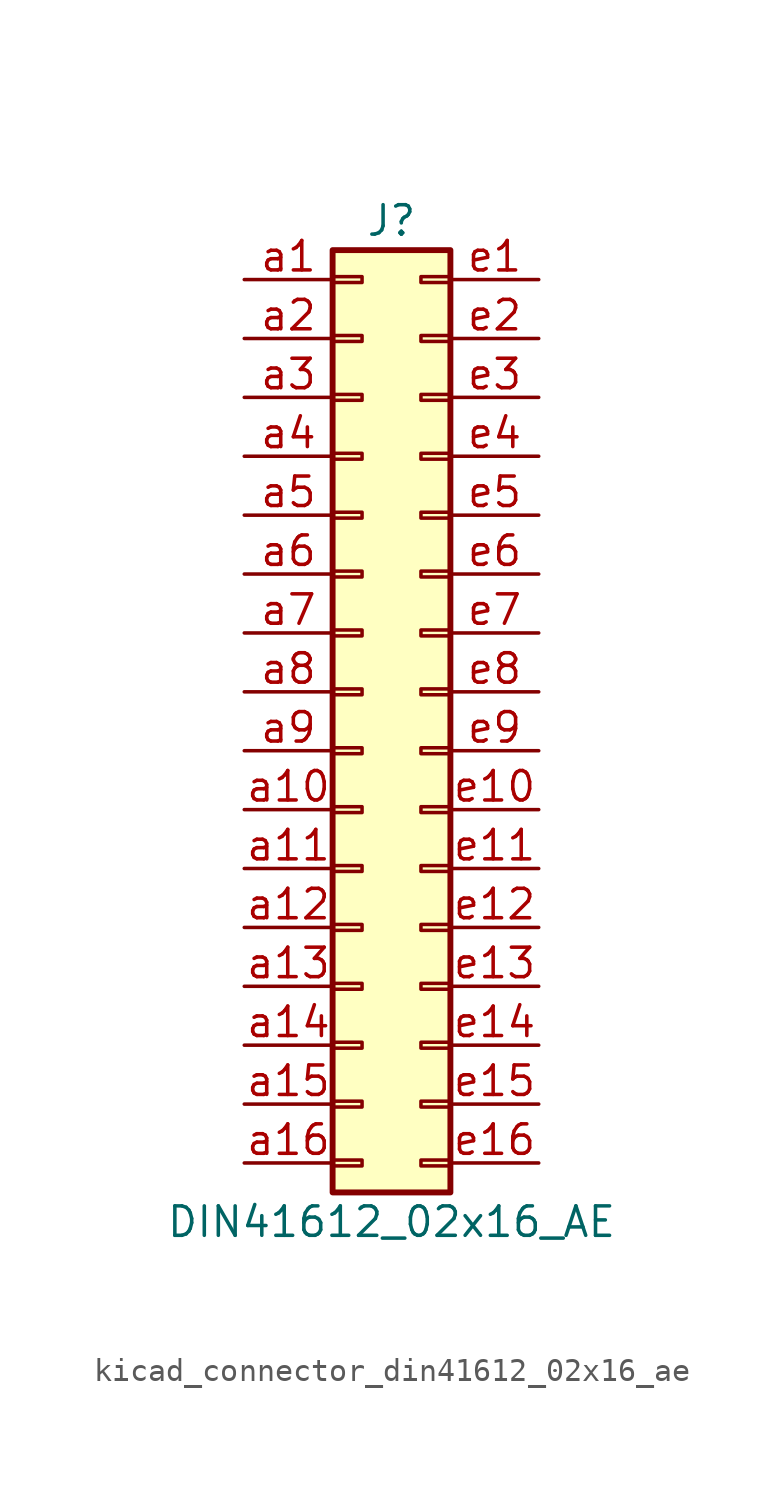
<source format=kicad_sym>
(kicad_symbol_lib
  (version 20220914)
  (generator kicad_symbol_editor)
  (symbol "kicad_connector_din41612_02x16_ae"
    (pin_names
      (offset 1.016) hide)
    (property "Reference" "J"
      (at 1.27 20.32 0)
      (effects (font (size 1.27 1.27))))
    (property "Value" "DIN41612_02x16_AE"
      (at 1.27 -22.86 0)
      (effects (font (size 1.27 1.27))))
    (symbol "kicad_connector_din41612_02x16_ae_1_1"
      (rectangle (start -1.27 -20.193) (end 0 -20.447) (stroke (width 0.152) (type default)) (fill (type none)))
      (rectangle (start -1.27 -17.653) (end 0 -17.907) (stroke (width 0.152) (type default)) (fill (type none)))
      (rectangle (start -1.27 -15.113) (end 0 -15.367) (stroke (width 0.152) (type default)) (fill (type none)))
      (rectangle (start -1.27 -12.573) (end 0 -12.827) (stroke (width 0.152) (type default)) (fill (type none)))
      (rectangle (start -1.27 -10.033) (end 0 -10.287) (stroke (width 0.152) (type default)) (fill (type none)))
      (rectangle (start -1.27 -7.493) (end 0 -7.747) (stroke (width 0.152) (type default)) (fill (type none)))
      (rectangle (start -1.27 -4.953) (end 0 -5.207) (stroke (width 0.152) (type default)) (fill (type none)))
      (rectangle (start -1.27 -2.413) (end 0 -2.667) (stroke (width 0.152) (type default)) (fill (type none)))
      (rectangle (start -1.27 0.127) (end 0 -0.127) (stroke (width 0.152) (type default)) (fill (type none)))
      (rectangle (start -1.27 2.667) (end 0 2.413) (stroke (width 0.152) (type default)) (fill (type none)))
      (rectangle (start -1.27 5.207) (end 0 4.953) (stroke (width 0.152) (type default)) (fill (type none)))
      (rectangle (start -1.27 7.747) (end 0 7.493) (stroke (width 0.152) (type default)) (fill (type none)))
      (rectangle (start -1.27 10.287) (end 0 10.033) (stroke (width 0.152) (type default)) (fill (type none)))
      (rectangle (start -1.27 12.827) (end 0 12.573) (stroke (width 0.152) (type default)) (fill (type none)))
      (rectangle (start -1.27 15.367) (end 0 15.113) (stroke (width 0.152) (type default)) (fill (type none)))
      (rectangle (start -1.27 17.907) (end 0 17.653) (stroke (width 0.152) (type default)) (fill (type none)))
      (rectangle (start -1.27 19.05) (end 3.81 -21.59) (stroke (width 0.254) (type default)) (fill (type background)))
      (rectangle (start 3.81 -20.193) (end 2.54 -20.447) (stroke (width 0.152) (type default)) (fill (type none)))
      (rectangle (start 3.81 -17.653) (end 2.54 -17.907) (stroke (width 0.152) (type default)) (fill (type none)))
      (rectangle (start 3.81 -15.113) (end 2.54 -15.367) (stroke (width 0.152) (type default)) (fill (type none)))
      (rectangle (start 3.81 -12.573) (end 2.54 -12.827) (stroke (width 0.152) (type default)) (fill (type none)))
      (rectangle (start 3.81 -10.033) (end 2.54 -10.287) (stroke (width 0.152) (type default)) (fill (type none)))
      (rectangle (start 3.81 -7.493) (end 2.54 -7.747) (stroke (width 0.152) (type default)) (fill (type none)))
      (rectangle (start 3.81 -4.953) (end 2.54 -5.207) (stroke (width 0.152) (type default)) (fill (type none)))
      (rectangle (start 3.81 -2.413) (end 2.54 -2.667) (stroke (width 0.152) (type default)) (fill (type none)))
      (rectangle (start 3.81 0.127) (end 2.54 -0.127) (stroke (width 0.152) (type default)) (fill (type none)))
      (rectangle (start 3.81 2.667) (end 2.54 2.413) (stroke (width 0.152) (type default)) (fill (type none)))
      (rectangle (start 3.81 5.207) (end 2.54 4.953) (stroke (width 0.152) (type default)) (fill (type none)))
      (rectangle (start 3.81 7.747) (end 2.54 7.493) (stroke (width 0.152) (type default)) (fill (type none)))
      (rectangle (start 3.81 10.287) (end 2.54 10.033) (stroke (width 0.152) (type default)) (fill (type none)))
      (rectangle (start 3.81 12.827) (end 2.54 12.573) (stroke (width 0.152) (type default)) (fill (type none)))
      (rectangle (start 3.81 15.367) (end 2.54 15.113) (stroke (width 0.152) (type default)) (fill (type none)))
      (rectangle (start 3.81 17.907) (end 2.54 17.653) (stroke (width 0.152) (type default)) (fill (type none)))
      (pin passive line (at -5.08 17.78 0) (length 3.81) (name "Pin_a1" (effects (font (size 1.27 1.27)))) (number "a1" (effects (font (size 1.27 1.27)))))
      (pin passive line (at -5.08 -5.08 0) (length 3.81) (name "Pin_a10" (effects (font (size 1.27 1.27)))) (number "a10" (effects (font (size 1.27 1.27)))))
      (pin passive line (at -5.08 -7.62 0) (length 3.81) (name "Pin_a11" (effects (font (size 1.27 1.27)))) (number "a11" (effects (font (size 1.27 1.27)))))
      (pin passive line (at -5.08 -10.16 0) (length 3.81) (name "Pin_a12" (effects (font (size 1.27 1.27)))) (number "a12" (effects (font (size 1.27 1.27)))))
      (pin passive line (at -5.08 -12.7 0) (length 3.81) (name "Pin_a13" (effects (font (size 1.27 1.27)))) (number "a13" (effects (font (size 1.27 1.27)))))
      (pin passive line (at -5.08 -15.24 0) (length 3.81) (name "Pin_a14" (effects (font (size 1.27 1.27)))) (number "a14" (effects (font (size 1.27 1.27)))))
      (pin passive line (at -5.08 -17.78 0) (length 3.81) (name "Pin_a15" (effects (font (size 1.27 1.27)))) (number "a15" (effects (font (size 1.27 1.27)))))
      (pin passive line (at -5.08 -20.32 0) (length 3.81) (name "Pin_a16" (effects (font (size 1.27 1.27)))) (number "a16" (effects (font (size 1.27 1.27)))))
      (pin passive line (at -5.08 15.24 0) (length 3.81) (name "Pin_a2" (effects (font (size 1.27 1.27)))) (number "a2" (effects (font (size 1.27 1.27)))))
      (pin passive line (at -5.08 12.7 0) (length 3.81) (name "Pin_a3" (effects (font (size 1.27 1.27)))) (number "a3" (effects (font (size 1.27 1.27)))))
      (pin passive line (at -5.08 10.16 0) (length 3.81) (name "Pin_a4" (effects (font (size 1.27 1.27)))) (number "a4" (effects (font (size 1.27 1.27)))))
      (pin passive line (at -5.08 7.62 0) (length 3.81) (name "Pin_a5" (effects (font (size 1.27 1.27)))) (number "a5" (effects (font (size 1.27 1.27)))))
      (pin passive line (at -5.08 5.08 0) (length 3.81) (name "Pin_a6" (effects (font (size 1.27 1.27)))) (number "a6" (effects (font (size 1.27 1.27)))))
      (pin passive line (at -5.08 2.54 0) (length 3.81) (name "Pin_a7" (effects (font (size 1.27 1.27)))) (number "a7" (effects (font (size 1.27 1.27)))))
      (pin passive line (at -5.08 0 0) (length 3.81) (name "Pin_a8" (effects (font (size 1.27 1.27)))) (number "a8" (effects (font (size 1.27 1.27)))))
      (pin passive line (at -5.08 -2.54 0) (length 3.81) (name "Pin_a9" (effects (font (size 1.27 1.27)))) (number "a9" (effects (font (size 1.27 1.27)))))
      (pin passive line (at 7.62 17.78 180) (length 3.81) (name "Pin_e1" (effects (font (size 1.27 1.27)))) (number "e1" (effects (font (size 1.27 1.27)))))
      (pin passive line (at 7.62 -5.08 180) (length 3.81) (name "Pin_e10" (effects (font (size 1.27 1.27)))) (number "e10" (effects (font (size 1.27 1.27)))))
      (pin passive line (at 7.62 -7.62 180) (length 3.81) (name "Pin_e11" (effects (font (size 1.27 1.27)))) (number "e11" (effects (font (size 1.27 1.27)))))
      (pin passive line (at 7.62 -10.16 180) (length 3.81) (name "Pin_e12" (effects (font (size 1.27 1.27)))) (number "e12" (effects (font (size 1.27 1.27)))))
      (pin passive line (at 7.62 -12.7 180) (length 3.81) (name "Pin_e13" (effects (font (size 1.27 1.27)))) (number "e13" (effects (font (size 1.27 1.27)))))
      (pin passive line (at 7.62 -15.24 180) (length 3.81) (name "Pin_e14" (effects (font (size 1.27 1.27)))) (number "e14" (effects (font (size 1.27 1.27)))))
      (pin passive line (at 7.62 -17.78 180) (length 3.81) (name "Pin_e15" (effects (font (size 1.27 1.27)))) (number "e15" (effects (font (size 1.27 1.27)))))
      (pin passive line (at 7.62 -20.32 180) (length 3.81) (name "Pin_e16" (effects (font (size 1.27 1.27)))) (number "e16" (effects (font (size 1.27 1.27)))))
      (pin passive line (at 7.62 15.24 180) (length 3.81) (name "Pin_e2" (effects (font (size 1.27 1.27)))) (number "e2" (effects (font (size 1.27 1.27)))))
      (pin passive line (at 7.62 12.7 180) (length 3.81) (name "Pin_e3" (effects (font (size 1.27 1.27)))) (number "e3" (effects (font (size 1.27 1.27)))))
      (pin passive line (at 7.62 10.16 180) (length 3.81) (name "Pin_e4" (effects (font (size 1.27 1.27)))) (number "e4" (effects (font (size 1.27 1.27)))))
      (pin passive line (at 7.62 7.62 180) (length 3.81) (name "Pin_e5" (effects (font (size 1.27 1.27)))) (number "e5" (effects (font (size 1.27 1.27)))))
      (pin passive line (at 7.62 5.08 180) (length 3.81) (name "Pin_e6" (effects (font (size 1.27 1.27)))) (number "e6" (effects (font (size 1.27 1.27)))))
      (pin passive line (at 7.62 2.54 180) (length 3.81) (name "Pin_e7" (effects (font (size 1.27 1.27)))) (number "e7" (effects (font (size 1.27 1.27)))))
      (pin passive line (at 7.62 0 180) (length 3.81) (name "Pin_e8" (effects (font (size 1.27 1.27)))) (number "e8" (effects (font (size 1.27 1.27)))))
      (pin passive line (at 7.62 -2.54 180) (length 3.81) (name "Pin_e9" (effects (font (size 1.27 1.27)))) (number "e9" (effects (font (size 1.27 1.27))))))))
</source>
